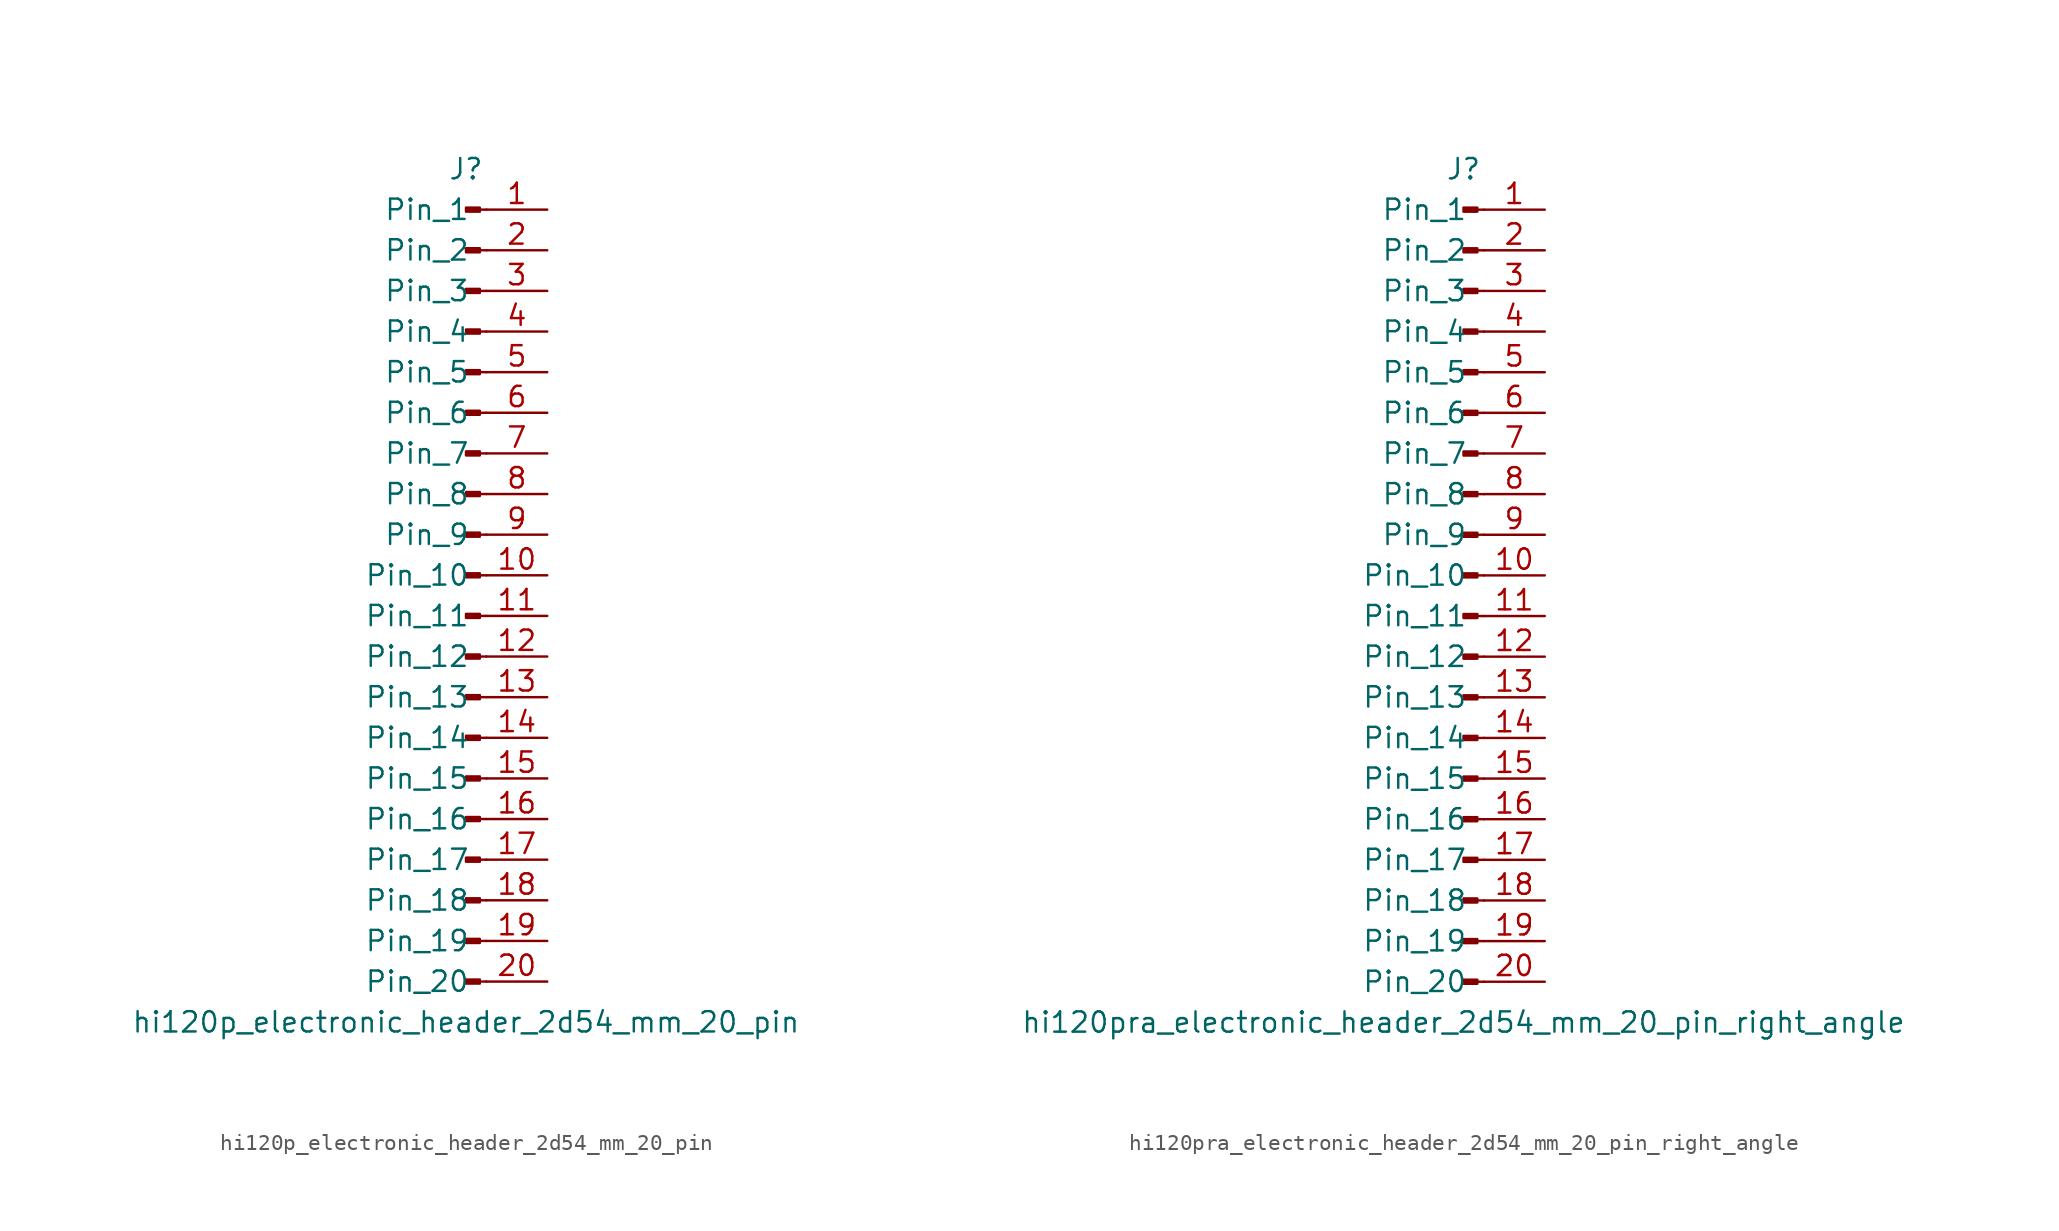
<source format=kicad_sym>
(kicad_symbol_lib
  (version 20220914)
  (generator kicad_symbol_editor)
  (symbol "hi120p_electronic_header_2d54_mm_20_pin"
    (pin_names
      (offset 1.016))
    (property "Reference" "J"
      (at 0 25.4 0)
      (effects (font (size 1.27 1.27))))
    (property "Value" "hi120p_electronic_header_2d54_mm_20_pin"
      (at 0 -27.94 0)
      (effects (font (size 1.27 1.27))))
    (property "ki_locked" ""
      (at 0 0 0)
      (effects (font (size 1.27 1.27))))
    (symbol "hi120p_electronic_header_2d54_mm_20_pin_1_1"
      (polyline (pts (xy 1.27 -25.4) (xy 0.864 -25.4)) (stroke (width 0.152) (type default)) (fill (type none)))
      (polyline (pts (xy 1.27 -22.86) (xy 0.864 -22.86)) (stroke (width 0.152) (type default)) (fill (type none)))
      (polyline (pts (xy 1.27 -20.32) (xy 0.864 -20.32)) (stroke (width 0.152) (type default)) (fill (type none)))
      (polyline (pts (xy 1.27 -17.78) (xy 0.864 -17.78)) (stroke (width 0.152) (type default)) (fill (type none)))
      (polyline (pts (xy 1.27 -15.24) (xy 0.864 -15.24)) (stroke (width 0.152) (type default)) (fill (type none)))
      (polyline (pts (xy 1.27 -12.7) (xy 0.864 -12.7)) (stroke (width 0.152) (type default)) (fill (type none)))
      (polyline (pts (xy 1.27 -10.16) (xy 0.864 -10.16)) (stroke (width 0.152) (type default)) (fill (type none)))
      (polyline (pts (xy 1.27 -7.62) (xy 0.864 -7.62)) (stroke (width 0.152) (type default)) (fill (type none)))
      (polyline (pts (xy 1.27 -5.08) (xy 0.864 -5.08)) (stroke (width 0.152) (type default)) (fill (type none)))
      (polyline (pts (xy 1.27 -2.54) (xy 0.864 -2.54)) (stroke (width 0.152) (type default)) (fill (type none)))
      (polyline (pts (xy 1.27 0) (xy 0.864 0)) (stroke (width 0.152) (type default)) (fill (type none)))
      (polyline (pts (xy 1.27 2.54) (xy 0.864 2.54)) (stroke (width 0.152) (type default)) (fill (type none)))
      (polyline (pts (xy 1.27 5.08) (xy 0.864 5.08)) (stroke (width 0.152) (type default)) (fill (type none)))
      (polyline (pts (xy 1.27 7.62) (xy 0.864 7.62)) (stroke (width 0.152) (type default)) (fill (type none)))
      (polyline (pts (xy 1.27 10.16) (xy 0.864 10.16)) (stroke (width 0.152) (type default)) (fill (type none)))
      (polyline (pts (xy 1.27 12.7) (xy 0.864 12.7)) (stroke (width 0.152) (type default)) (fill (type none)))
      (polyline (pts (xy 1.27 15.24) (xy 0.864 15.24)) (stroke (width 0.152) (type default)) (fill (type none)))
      (polyline (pts (xy 1.27 17.78) (xy 0.864 17.78)) (stroke (width 0.152) (type default)) (fill (type none)))
      (polyline (pts (xy 1.27 20.32) (xy 0.864 20.32)) (stroke (width 0.152) (type default)) (fill (type none)))
      (polyline (pts (xy 1.27 22.86) (xy 0.864 22.86)) (stroke (width 0.152) (type default)) (fill (type none)))
      (rectangle (start 0.864 -25.273) (end 0 -25.527) (stroke (width 0.152) (type default)) (fill (type outline)))
      (rectangle (start 0.864 -22.733) (end 0 -22.987) (stroke (width 0.152) (type default)) (fill (type outline)))
      (rectangle (start 0.864 -20.193) (end 0 -20.447) (stroke (width 0.152) (type default)) (fill (type outline)))
      (rectangle (start 0.864 -17.653) (end 0 -17.907) (stroke (width 0.152) (type default)) (fill (type outline)))
      (rectangle (start 0.864 -15.113) (end 0 -15.367) (stroke (width 0.152) (type default)) (fill (type outline)))
      (rectangle (start 0.864 -12.573) (end 0 -12.827) (stroke (width 0.152) (type default)) (fill (type outline)))
      (rectangle (start 0.864 -10.033) (end 0 -10.287) (stroke (width 0.152) (type default)) (fill (type outline)))
      (rectangle (start 0.864 -7.493) (end 0 -7.747) (stroke (width 0.152) (type default)) (fill (type outline)))
      (rectangle (start 0.864 -4.953) (end 0 -5.207) (stroke (width 0.152) (type default)) (fill (type outline)))
      (rectangle (start 0.864 -2.413) (end 0 -2.667) (stroke (width 0.152) (type default)) (fill (type outline)))
      (rectangle (start 0.864 0.127) (end 0 -0.127) (stroke (width 0.152) (type default)) (fill (type outline)))
      (rectangle (start 0.864 2.667) (end 0 2.413) (stroke (width 0.152) (type default)) (fill (type outline)))
      (rectangle (start 0.864 5.207) (end 0 4.953) (stroke (width 0.152) (type default)) (fill (type outline)))
      (rectangle (start 0.864 7.747) (end 0 7.493) (stroke (width 0.152) (type default)) (fill (type outline)))
      (rectangle (start 0.864 10.287) (end 0 10.033) (stroke (width 0.152) (type default)) (fill (type outline)))
      (rectangle (start 0.864 12.827) (end 0 12.573) (stroke (width 0.152) (type default)) (fill (type outline)))
      (rectangle (start 0.864 15.367) (end 0 15.113) (stroke (width 0.152) (type default)) (fill (type outline)))
      (rectangle (start 0.864 17.907) (end 0 17.653) (stroke (width 0.152) (type default)) (fill (type outline)))
      (rectangle (start 0.864 20.447) (end 0 20.193) (stroke (width 0.152) (type default)) (fill (type outline)))
      (rectangle (start 0.864 22.987) (end 0 22.733) (stroke (width 0.152) (type default)) (fill (type outline)))
      (pin passive line (at 5.08 22.86 180) (length 3.81) (name "Pin_1" (effects (font (size 1.27 1.27)))) (number "1" (effects (font (size 1.27 1.27)))))
      (pin passive line (at 5.08 0 180) (length 3.81) (name "Pin_10" (effects (font (size 1.27 1.27)))) (number "10" (effects (font (size 1.27 1.27)))))
      (pin passive line (at 5.08 -2.54 180) (length 3.81) (name "Pin_11" (effects (font (size 1.27 1.27)))) (number "11" (effects (font (size 1.27 1.27)))))
      (pin passive line (at 5.08 -5.08 180) (length 3.81) (name "Pin_12" (effects (font (size 1.27 1.27)))) (number "12" (effects (font (size 1.27 1.27)))))
      (pin passive line (at 5.08 -7.62 180) (length 3.81) (name "Pin_13" (effects (font (size 1.27 1.27)))) (number "13" (effects (font (size 1.27 1.27)))))
      (pin passive line (at 5.08 -10.16 180) (length 3.81) (name "Pin_14" (effects (font (size 1.27 1.27)))) (number "14" (effects (font (size 1.27 1.27)))))
      (pin passive line (at 5.08 -12.7 180) (length 3.81) (name "Pin_15" (effects (font (size 1.27 1.27)))) (number "15" (effects (font (size 1.27 1.27)))))
      (pin passive line (at 5.08 -15.24 180) (length 3.81) (name "Pin_16" (effects (font (size 1.27 1.27)))) (number "16" (effects (font (size 1.27 1.27)))))
      (pin passive line (at 5.08 -17.78 180) (length 3.81) (name "Pin_17" (effects (font (size 1.27 1.27)))) (number "17" (effects (font (size 1.27 1.27)))))
      (pin passive line (at 5.08 -20.32 180) (length 3.81) (name "Pin_18" (effects (font (size 1.27 1.27)))) (number "18" (effects (font (size 1.27 1.27)))))
      (pin passive line (at 5.08 -22.86 180) (length 3.81) (name "Pin_19" (effects (font (size 1.27 1.27)))) (number "19" (effects (font (size 1.27 1.27)))))
      (pin passive line (at 5.08 20.32 180) (length 3.81) (name "Pin_2" (effects (font (size 1.27 1.27)))) (number "2" (effects (font (size 1.27 1.27)))))
      (pin passive line (at 5.08 -25.4 180) (length 3.81) (name "Pin_20" (effects (font (size 1.27 1.27)))) (number "20" (effects (font (size 1.27 1.27)))))
      (pin passive line (at 5.08 17.78 180) (length 3.81) (name "Pin_3" (effects (font (size 1.27 1.27)))) (number "3" (effects (font (size 1.27 1.27)))))
      (pin passive line (at 5.08 15.24 180) (length 3.81) (name "Pin_4" (effects (font (size 1.27 1.27)))) (number "4" (effects (font (size 1.27 1.27)))))
      (pin passive line (at 5.08 12.7 180) (length 3.81) (name "Pin_5" (effects (font (size 1.27 1.27)))) (number "5" (effects (font (size 1.27 1.27)))))
      (pin passive line (at 5.08 10.16 180) (length 3.81) (name "Pin_6" (effects (font (size 1.27 1.27)))) (number "6" (effects (font (size 1.27 1.27)))))
      (pin passive line (at 5.08 7.62 180) (length 3.81) (name "Pin_7" (effects (font (size 1.27 1.27)))) (number "7" (effects (font (size 1.27 1.27)))))
      (pin passive line (at 5.08 5.08 180) (length 3.81) (name "Pin_8" (effects (font (size 1.27 1.27)))) (number "8" (effects (font (size 1.27 1.27)))))
      (pin passive line (at 5.08 2.54 180) (length 3.81) (name "Pin_9" (effects (font (size 1.27 1.27)))) (number "9" (effects (font (size 1.27 1.27)))))))
  (symbol "hi120pra_electronic_header_2d54_mm_20_pin_right_angle"
    (pin_names
      (offset 1.016))
    (property "Reference" "J"
      (at 0 25.4 0)
      (effects (font (size 1.27 1.27))))
    (property "Value" "hi120pra_electronic_header_2d54_mm_20_pin_right_angle"
      (at 0 -27.94 0)
      (effects (font (size 1.27 1.27))))
    (property "ki_locked" ""
      (at 0 0 0)
      (effects (font (size 1.27 1.27))))
    (symbol "hi120pra_electronic_header_2d54_mm_20_pin_right_angle_1_1"
      (polyline (pts (xy 1.27 -25.4) (xy 0.864 -25.4)) (stroke (width 0.152) (type default)) (fill (type none)))
      (polyline (pts (xy 1.27 -22.86) (xy 0.864 -22.86)) (stroke (width 0.152) (type default)) (fill (type none)))
      (polyline (pts (xy 1.27 -20.32) (xy 0.864 -20.32)) (stroke (width 0.152) (type default)) (fill (type none)))
      (polyline (pts (xy 1.27 -17.78) (xy 0.864 -17.78)) (stroke (width 0.152) (type default)) (fill (type none)))
      (polyline (pts (xy 1.27 -15.24) (xy 0.864 -15.24)) (stroke (width 0.152) (type default)) (fill (type none)))
      (polyline (pts (xy 1.27 -12.7) (xy 0.864 -12.7)) (stroke (width 0.152) (type default)) (fill (type none)))
      (polyline (pts (xy 1.27 -10.16) (xy 0.864 -10.16)) (stroke (width 0.152) (type default)) (fill (type none)))
      (polyline (pts (xy 1.27 -7.62) (xy 0.864 -7.62)) (stroke (width 0.152) (type default)) (fill (type none)))
      (polyline (pts (xy 1.27 -5.08) (xy 0.864 -5.08)) (stroke (width 0.152) (type default)) (fill (type none)))
      (polyline (pts (xy 1.27 -2.54) (xy 0.864 -2.54)) (stroke (width 0.152) (type default)) (fill (type none)))
      (polyline (pts (xy 1.27 0) (xy 0.864 0)) (stroke (width 0.152) (type default)) (fill (type none)))
      (polyline (pts (xy 1.27 2.54) (xy 0.864 2.54)) (stroke (width 0.152) (type default)) (fill (type none)))
      (polyline (pts (xy 1.27 5.08) (xy 0.864 5.08)) (stroke (width 0.152) (type default)) (fill (type none)))
      (polyline (pts (xy 1.27 7.62) (xy 0.864 7.62)) (stroke (width 0.152) (type default)) (fill (type none)))
      (polyline (pts (xy 1.27 10.16) (xy 0.864 10.16)) (stroke (width 0.152) (type default)) (fill (type none)))
      (polyline (pts (xy 1.27 12.7) (xy 0.864 12.7)) (stroke (width 0.152) (type default)) (fill (type none)))
      (polyline (pts (xy 1.27 15.24) (xy 0.864 15.24)) (stroke (width 0.152) (type default)) (fill (type none)))
      (polyline (pts (xy 1.27 17.78) (xy 0.864 17.78)) (stroke (width 0.152) (type default)) (fill (type none)))
      (polyline (pts (xy 1.27 20.32) (xy 0.864 20.32)) (stroke (width 0.152) (type default)) (fill (type none)))
      (polyline (pts (xy 1.27 22.86) (xy 0.864 22.86)) (stroke (width 0.152) (type default)) (fill (type none)))
      (rectangle (start 0.864 -25.273) (end 0 -25.527) (stroke (width 0.152) (type default)) (fill (type outline)))
      (rectangle (start 0.864 -22.733) (end 0 -22.987) (stroke (width 0.152) (type default)) (fill (type outline)))
      (rectangle (start 0.864 -20.193) (end 0 -20.447) (stroke (width 0.152) (type default)) (fill (type outline)))
      (rectangle (start 0.864 -17.653) (end 0 -17.907) (stroke (width 0.152) (type default)) (fill (type outline)))
      (rectangle (start 0.864 -15.113) (end 0 -15.367) (stroke (width 0.152) (type default)) (fill (type outline)))
      (rectangle (start 0.864 -12.573) (end 0 -12.827) (stroke (width 0.152) (type default)) (fill (type outline)))
      (rectangle (start 0.864 -10.033) (end 0 -10.287) (stroke (width 0.152) (type default)) (fill (type outline)))
      (rectangle (start 0.864 -7.493) (end 0 -7.747) (stroke (width 0.152) (type default)) (fill (type outline)))
      (rectangle (start 0.864 -4.953) (end 0 -5.207) (stroke (width 0.152) (type default)) (fill (type outline)))
      (rectangle (start 0.864 -2.413) (end 0 -2.667) (stroke (width 0.152) (type default)) (fill (type outline)))
      (rectangle (start 0.864 0.127) (end 0 -0.127) (stroke (width 0.152) (type default)) (fill (type outline)))
      (rectangle (start 0.864 2.667) (end 0 2.413) (stroke (width 0.152) (type default)) (fill (type outline)))
      (rectangle (start 0.864 5.207) (end 0 4.953) (stroke (width 0.152) (type default)) (fill (type outline)))
      (rectangle (start 0.864 7.747) (end 0 7.493) (stroke (width 0.152) (type default)) (fill (type outline)))
      (rectangle (start 0.864 10.287) (end 0 10.033) (stroke (width 0.152) (type default)) (fill (type outline)))
      (rectangle (start 0.864 12.827) (end 0 12.573) (stroke (width 0.152) (type default)) (fill (type outline)))
      (rectangle (start 0.864 15.367) (end 0 15.113) (stroke (width 0.152) (type default)) (fill (type outline)))
      (rectangle (start 0.864 17.907) (end 0 17.653) (stroke (width 0.152) (type default)) (fill (type outline)))
      (rectangle (start 0.864 20.447) (end 0 20.193) (stroke (width 0.152) (type default)) (fill (type outline)))
      (rectangle (start 0.864 22.987) (end 0 22.733) (stroke (width 0.152) (type default)) (fill (type outline)))
      (pin passive line (at 5.08 22.86 180) (length 3.81) (name "Pin_1" (effects (font (size 1.27 1.27)))) (number "1" (effects (font (size 1.27 1.27)))))
      (pin passive line (at 5.08 0 180) (length 3.81) (name "Pin_10" (effects (font (size 1.27 1.27)))) (number "10" (effects (font (size 1.27 1.27)))))
      (pin passive line (at 5.08 -2.54 180) (length 3.81) (name "Pin_11" (effects (font (size 1.27 1.27)))) (number "11" (effects (font (size 1.27 1.27)))))
      (pin passive line (at 5.08 -5.08 180) (length 3.81) (name "Pin_12" (effects (font (size 1.27 1.27)))) (number "12" (effects (font (size 1.27 1.27)))))
      (pin passive line (at 5.08 -7.62 180) (length 3.81) (name "Pin_13" (effects (font (size 1.27 1.27)))) (number "13" (effects (font (size 1.27 1.27)))))
      (pin passive line (at 5.08 -10.16 180) (length 3.81) (name "Pin_14" (effects (font (size 1.27 1.27)))) (number "14" (effects (font (size 1.27 1.27)))))
      (pin passive line (at 5.08 -12.7 180) (length 3.81) (name "Pin_15" (effects (font (size 1.27 1.27)))) (number "15" (effects (font (size 1.27 1.27)))))
      (pin passive line (at 5.08 -15.24 180) (length 3.81) (name "Pin_16" (effects (font (size 1.27 1.27)))) (number "16" (effects (font (size 1.27 1.27)))))
      (pin passive line (at 5.08 -17.78 180) (length 3.81) (name "Pin_17" (effects (font (size 1.27 1.27)))) (number "17" (effects (font (size 1.27 1.27)))))
      (pin passive line (at 5.08 -20.32 180) (length 3.81) (name "Pin_18" (effects (font (size 1.27 1.27)))) (number "18" (effects (font (size 1.27 1.27)))))
      (pin passive line (at 5.08 -22.86 180) (length 3.81) (name "Pin_19" (effects (font (size 1.27 1.27)))) (number "19" (effects (font (size 1.27 1.27)))))
      (pin passive line (at 5.08 20.32 180) (length 3.81) (name "Pin_2" (effects (font (size 1.27 1.27)))) (number "2" (effects (font (size 1.27 1.27)))))
      (pin passive line (at 5.08 -25.4 180) (length 3.81) (name "Pin_20" (effects (font (size 1.27 1.27)))) (number "20" (effects (font (size 1.27 1.27)))))
      (pin passive line (at 5.08 17.78 180) (length 3.81) (name "Pin_3" (effects (font (size 1.27 1.27)))) (number "3" (effects (font (size 1.27 1.27)))))
      (pin passive line (at 5.08 15.24 180) (length 3.81) (name "Pin_4" (effects (font (size 1.27 1.27)))) (number "4" (effects (font (size 1.27 1.27)))))
      (pin passive line (at 5.08 12.7 180) (length 3.81) (name "Pin_5" (effects (font (size 1.27 1.27)))) (number "5" (effects (font (size 1.27 1.27)))))
      (pin passive line (at 5.08 10.16 180) (length 3.81) (name "Pin_6" (effects (font (size 1.27 1.27)))) (number "6" (effects (font (size 1.27 1.27)))))
      (pin passive line (at 5.08 7.62 180) (length 3.81) (name "Pin_7" (effects (font (size 1.27 1.27)))) (number "7" (effects (font (size 1.27 1.27)))))
      (pin passive line (at 5.08 5.08 180) (length 3.81) (name "Pin_8" (effects (font (size 1.27 1.27)))) (number "8" (effects (font (size 1.27 1.27)))))
      (pin passive line (at 5.08 2.54 180) (length 3.81) (name "Pin_9" (effects (font (size 1.27 1.27)))) (number "9" (effects (font (size 1.27 1.27))))))))
</source>
